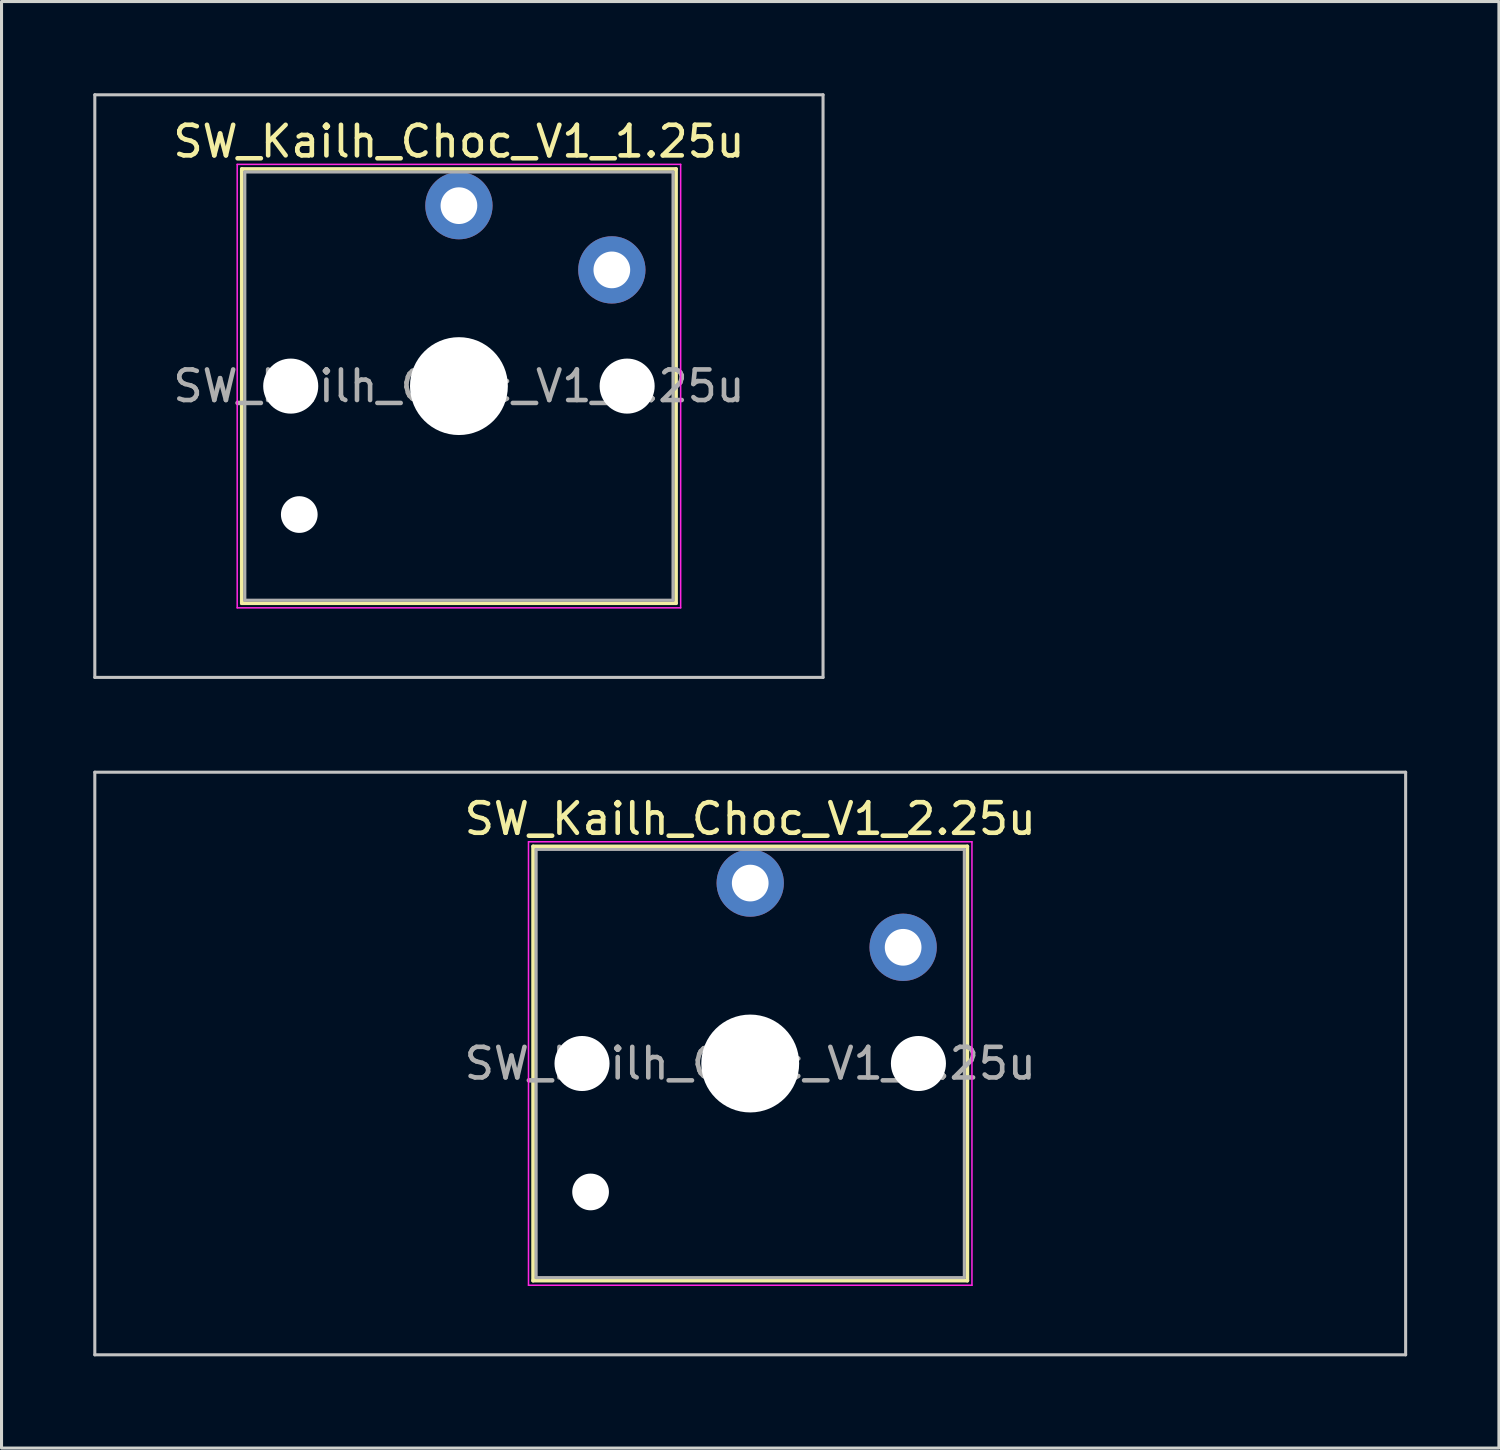
<source format=kicad_pcb>
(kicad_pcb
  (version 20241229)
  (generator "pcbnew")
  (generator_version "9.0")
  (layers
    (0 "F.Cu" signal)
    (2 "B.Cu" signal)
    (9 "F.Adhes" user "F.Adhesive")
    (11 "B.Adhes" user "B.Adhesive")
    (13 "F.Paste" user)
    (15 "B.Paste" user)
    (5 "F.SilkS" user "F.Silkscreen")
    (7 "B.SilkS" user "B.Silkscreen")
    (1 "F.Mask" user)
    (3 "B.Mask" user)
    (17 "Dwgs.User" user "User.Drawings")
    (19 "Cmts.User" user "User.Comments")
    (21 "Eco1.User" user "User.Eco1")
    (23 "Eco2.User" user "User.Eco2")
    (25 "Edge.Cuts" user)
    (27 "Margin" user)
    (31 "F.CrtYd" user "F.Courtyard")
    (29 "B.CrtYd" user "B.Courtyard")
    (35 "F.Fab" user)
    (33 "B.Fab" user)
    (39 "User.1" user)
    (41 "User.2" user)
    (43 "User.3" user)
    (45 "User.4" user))
  (footprint "SW_Kailh_Choc_V1_1.25u"
    (layer "F.Cu")
    (at 11.956 9.575)
    (property "Reference" "SW_Kailh_Choc_V1_1.25u" (at 0 -8 0) (layer "F.SilkS") (effects (font (size 1 1) (thickness 0.15))))
    (attr through_hole)
    (fp_line (start -7.1 -7.1) (end -7.1 7.1) (stroke (width 0.12) (type solid)) (layer "F.SilkS"))
    (fp_line (start -7.1 7.1) (end 7.1 7.1) (stroke (width 0.12) (type solid)) (layer "F.SilkS"))
    (fp_line (start 7.1 -7.1) (end -7.1 -7.1) (stroke (width 0.12) (type solid)) (layer "F.SilkS"))
    (fp_line (start 7.1 7.1) (end 7.1 -7.1) (stroke (width 0.12) (type solid)) (layer "F.SilkS"))
    (fp_line (start -11.906 -9.525) (end -11.906 9.525) (stroke (width 0.1) (type solid)) (layer "Dwgs.User"))
    (fp_line (start -11.906 9.525) (end 11.906 9.525) (stroke (width 0.1) (type solid)) (layer "Dwgs.User"))
    (fp_line (start 11.906 -9.525) (end -11.906 -9.525) (stroke (width 0.1) (type solid)) (layer "Dwgs.User"))
    (fp_line (start 11.906 9.525) (end 11.906 -9.525) (stroke (width 0.1) (type solid)) (layer "Dwgs.User"))
    (fp_line (start -7.25 -7.25) (end -7.25 7.25) (stroke (width 0.05) (type solid)) (layer "F.CrtYd"))
    (fp_line (start -7.25 7.25) (end 7.25 7.25) (stroke (width 0.05) (type solid)) (layer "F.CrtYd"))
    (fp_line (start 7.25 -7.25) (end -7.25 -7.25) (stroke (width 0.05) (type solid)) (layer "F.CrtYd"))
    (fp_line (start 7.25 7.25) (end 7.25 -7.25) (stroke (width 0.05) (type solid)) (layer "F.CrtYd"))
    (fp_line (start -7 -7) (end -7 7) (stroke (width 0.1) (type solid)) (layer "F.Fab"))
    (fp_line (start -7 7) (end 7 7) (stroke (width 0.1) (type solid)) (layer "F.Fab"))
    (fp_line (start 7 -7) (end -7 -7) (stroke (width 0.1) (type solid)) (layer "F.Fab"))
    (fp_line (start 7 7) (end 7 -7) (stroke (width 0.1) (type solid)) (layer "F.Fab"))
    (fp_text user "${REFERENCE}" (at 0 0 0) (layer "F.Fab") (effects (font (size 1 1) (thickness 0.15))))
    (pad "" np_thru_hole circle (at -5.5 0) (size 1.8 1.8) (drill 1.8) (layers "*.Cu" "*.Mask"))
    (pad "" np_thru_hole circle (at -5.22 4.2) (size 1.2 1.2) (drill 1.2) (layers "*.Cu" "*.Mask"))
    (pad "" np_thru_hole circle (at 0 0) (size 3.2 3.2) (drill 3.2) (layers "*.Cu" "*.Mask"))
    (pad "" np_thru_hole circle (at 5.5 0) (size 1.8 1.8) (drill 1.8) (layers "*.Cu" "*.Mask"))
    (pad "1" thru_hole circle (at 0 -5.9) (size 2.2 2.2) (drill 1.2) (layers "*.Cu" "B.Mask"))
    (pad "2" thru_hole circle (at 5 -3.8) (size 2.2 2.2) (drill 1.2) (layers "*.Cu" "B.Mask")))
  (footprint "SW_Kailh_Choc_V1_2.25u"
    (layer "F.Cu")
    (at 21.481 31.725)
    (property "Reference" "SW_Kailh_Choc_V1_2.25u" (at 0 -8 0) (layer "F.SilkS") (effects (font (size 1 1) (thickness 0.15))))
    (attr through_hole)
    (fp_line (start -7.1 -7.1) (end -7.1 7.1) (stroke (width 0.12) (type solid)) (layer "F.SilkS"))
    (fp_line (start -7.1 7.1) (end 7.1 7.1) (stroke (width 0.12) (type solid)) (layer "F.SilkS"))
    (fp_line (start 7.1 -7.1) (end -7.1 -7.1) (stroke (width 0.12) (type solid)) (layer "F.SilkS"))
    (fp_line (start 7.1 7.1) (end 7.1 -7.1) (stroke (width 0.12) (type solid)) (layer "F.SilkS"))
    (fp_line (start -21.431 -9.525) (end -21.431 9.525) (stroke (width 0.1) (type solid)) (layer "Dwgs.User"))
    (fp_line (start -21.431 9.525) (end 21.431 9.525) (stroke (width 0.1) (type solid)) (layer "Dwgs.User"))
    (fp_line (start 21.431 -9.525) (end -21.431 -9.525) (stroke (width 0.1) (type solid)) (layer "Dwgs.User"))
    (fp_line (start 21.431 9.525) (end 21.431 -9.525) (stroke (width 0.1) (type solid)) (layer "Dwgs.User"))
    (fp_line (start -7.25 -7.25) (end -7.25 7.25) (stroke (width 0.05) (type solid)) (layer "F.CrtYd"))
    (fp_line (start -7.25 7.25) (end 7.25 7.25) (stroke (width 0.05) (type solid)) (layer "F.CrtYd"))
    (fp_line (start 7.25 -7.25) (end -7.25 -7.25) (stroke (width 0.05) (type solid)) (layer "F.CrtYd"))
    (fp_line (start 7.25 7.25) (end 7.25 -7.25) (stroke (width 0.05) (type solid)) (layer "F.CrtYd"))
    (fp_line (start -7 -7) (end -7 7) (stroke (width 0.1) (type solid)) (layer "F.Fab"))
    (fp_line (start -7 7) (end 7 7) (stroke (width 0.1) (type solid)) (layer "F.Fab"))
    (fp_line (start 7 -7) (end -7 -7) (stroke (width 0.1) (type solid)) (layer "F.Fab"))
    (fp_line (start 7 7) (end 7 -7) (stroke (width 0.1) (type solid)) (layer "F.Fab"))
    (fp_text user "${REFERENCE}" (at 0 0 0) (layer "F.Fab") (effects (font (size 1 1) (thickness 0.15))))
    (pad "" np_thru_hole circle (at -5.5 0) (size 1.8 1.8) (drill 1.8) (layers "*.Cu" "*.Mask"))
    (pad "" np_thru_hole circle (at -5.22 4.2) (size 1.2 1.2) (drill 1.2) (layers "*.Cu" "*.Mask"))
    (pad "" np_thru_hole circle (at 0 0) (size 3.2 3.2) (drill 3.2) (layers "*.Cu" "*.Mask"))
    (pad "" np_thru_hole circle (at 5.5 0) (size 1.8 1.8) (drill 1.8) (layers "*.Cu" "*.Mask"))
    (pad "1" thru_hole circle (at 0 -5.9) (size 2.2 2.2) (drill 1.2) (layers "*.Cu" "B.Mask"))
    (pad "2" thru_hole circle (at 5 -3.8) (size 2.2 2.2) (drill 1.2) (layers "*.Cu" "B.Mask")))
  (gr_rect
    (start -3 -3)
    (end 45.962 44.3)
    (stroke (width 0.1) (type default))
    (fill no)
    (layer "Edge.Cuts")))
</source>
